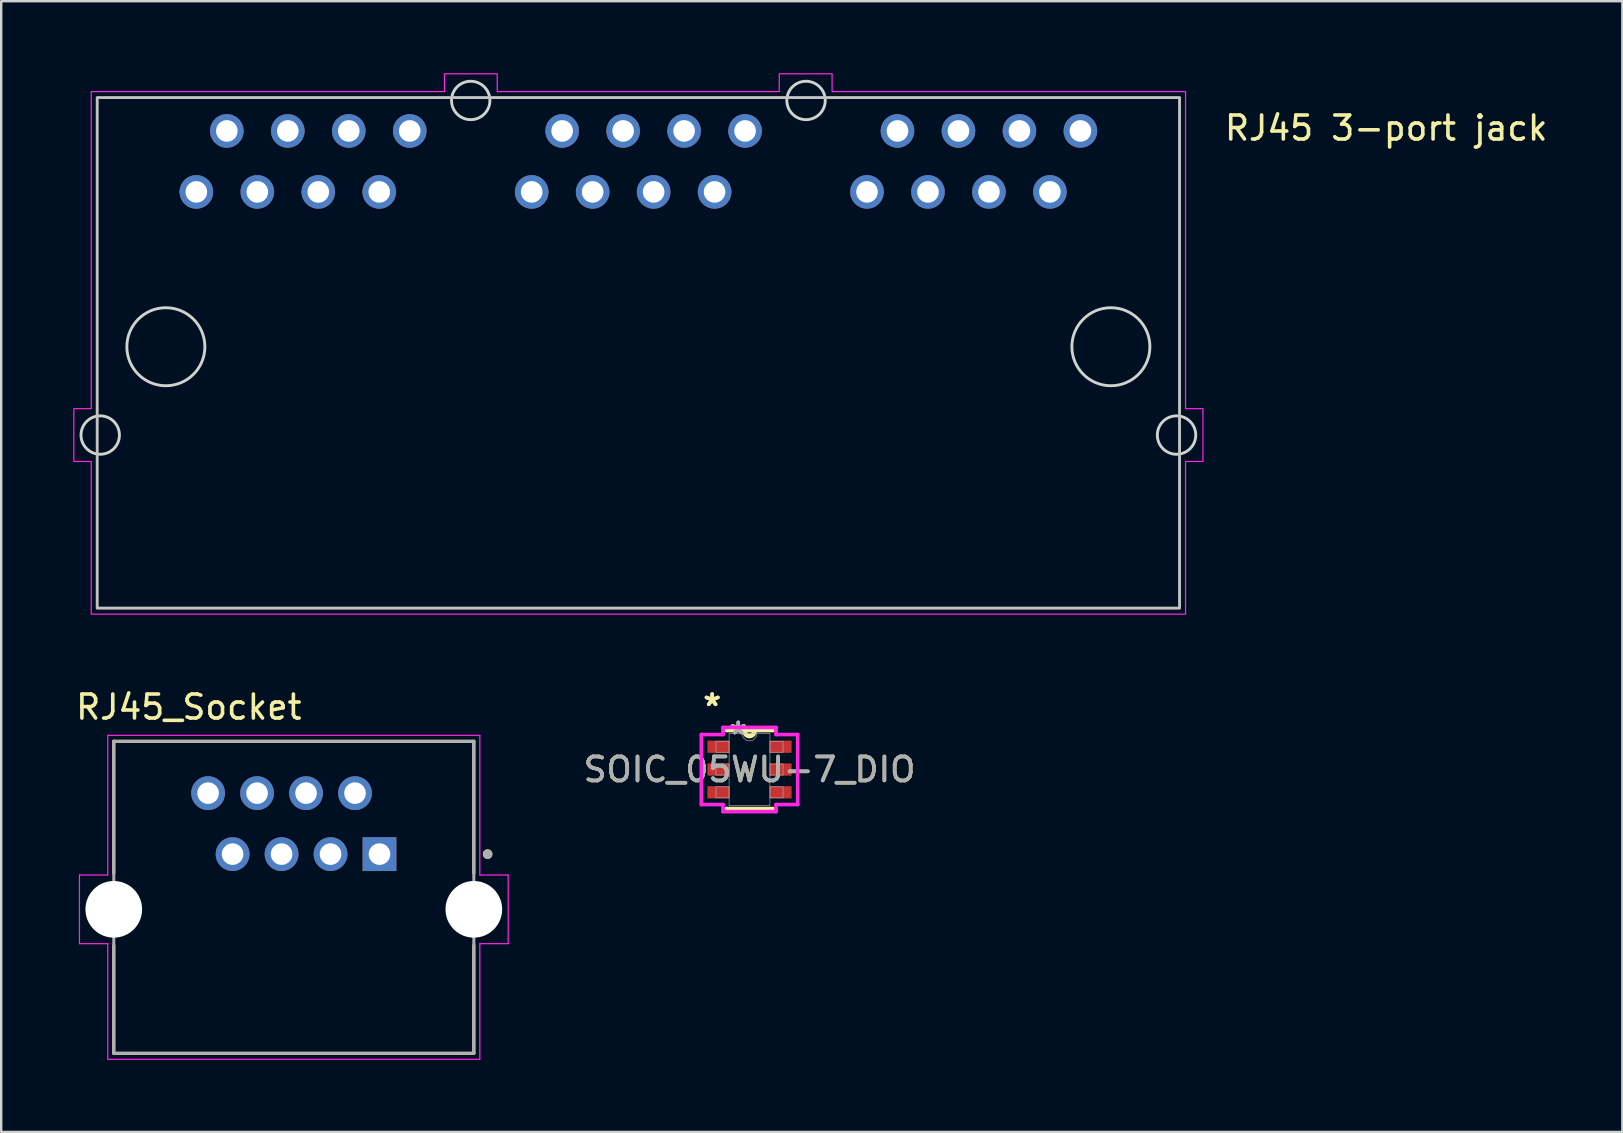
<source format=kicad_pcb>
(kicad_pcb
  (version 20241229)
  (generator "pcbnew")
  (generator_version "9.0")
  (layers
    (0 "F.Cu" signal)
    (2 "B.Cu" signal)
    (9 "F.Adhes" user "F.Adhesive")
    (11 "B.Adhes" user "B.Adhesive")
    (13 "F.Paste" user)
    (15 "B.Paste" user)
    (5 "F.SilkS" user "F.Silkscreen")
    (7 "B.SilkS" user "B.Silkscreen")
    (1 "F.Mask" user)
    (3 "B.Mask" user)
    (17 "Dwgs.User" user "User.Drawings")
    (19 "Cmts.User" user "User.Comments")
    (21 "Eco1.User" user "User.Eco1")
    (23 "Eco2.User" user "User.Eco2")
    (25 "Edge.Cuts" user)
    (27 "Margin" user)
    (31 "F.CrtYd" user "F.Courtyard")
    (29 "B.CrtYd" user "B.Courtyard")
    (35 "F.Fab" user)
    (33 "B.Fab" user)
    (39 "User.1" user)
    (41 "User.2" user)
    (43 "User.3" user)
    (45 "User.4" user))
  (footprint "SOIC_05WU-7_DIO"
    (layer "F.Cu")
    (at 28.175 29.009)
    (property "Reference" "SOIC_05WU-7_DIO" (at 0 0 0) (unlocked yes) (layer "F.SilkS") (effects (font (size 1 1) (thickness 0.15))))
    (attr smd)
    (fp_line (start -0.978 1.626) (end 0.978 1.626) (stroke (width 0.152) (type solid)) (layer "F.SilkS"))
    (fp_line (start 0.978 -1.626) (end -0.978 -1.626) (stroke (width 0.152) (type solid)) (layer "F.SilkS"))
    (fp_arc (start 0.2 -1.6) (mid 0 -1.4) (end -0.2 -1.6) (stroke (width 0.2) (type default)) (layer "F.SilkS"))
    (fp_line (start -2.007 -1.458) (end -1.105 -1.458) (stroke (width 0.152) (type solid)) (layer "F.CrtYd"))
    (fp_line (start -2.007 1.458) (end -2.007 -1.458) (stroke (width 0.152) (type solid)) (layer "F.CrtYd"))
    (fp_line (start -2.007 1.458) (end -1.105 1.458) (stroke (width 0.152) (type solid)) (layer "F.CrtYd"))
    (fp_line (start -1.105 -1.753) (end 1.105 -1.753) (stroke (width 0.152) (type solid)) (layer "F.CrtYd"))
    (fp_line (start -1.105 -1.458) (end -1.105 -1.753) (stroke (width 0.152) (type solid)) (layer "F.CrtYd"))
    (fp_line (start -1.105 1.753) (end -1.105 1.458) (stroke (width 0.152) (type solid)) (layer "F.CrtYd"))
    (fp_line (start 1.105 -1.753) (end 1.105 -1.458) (stroke (width 0.152) (type solid)) (layer "F.CrtYd"))
    (fp_line (start 1.105 1.458) (end 1.105 1.753) (stroke (width 0.152) (type solid)) (layer "F.CrtYd"))
    (fp_line (start 1.105 1.753) (end -1.105 1.753) (stroke (width 0.152) (type solid)) (layer "F.CrtYd"))
    (fp_line (start 2.007 -1.458) (end 1.105 -1.458) (stroke (width 0.152) (type solid)) (layer "F.CrtYd"))
    (fp_line (start 2.007 -1.458) (end 2.007 1.458) (stroke (width 0.152) (type solid)) (layer "F.CrtYd"))
    (fp_line (start 2.007 1.458) (end 1.105 1.458) (stroke (width 0.152) (type solid)) (layer "F.CrtYd"))
    (fp_line (start -1.397 -1.179) (end -1.397 -0.721) (stroke (width 0.025) (type solid)) (layer "F.Fab"))
    (fp_line (start -1.397 -0.721) (end -0.851 -0.721) (stroke (width 0.025) (type solid)) (layer "F.Fab"))
    (fp_line (start -1.397 -0.229) (end -1.397 0.229) (stroke (width 0.025) (type solid)) (layer "F.Fab"))
    (fp_line (start -1.397 0.229) (end -0.851 0.229) (stroke (width 0.025) (type solid)) (layer "F.Fab"))
    (fp_line (start -1.397 0.721) (end -1.397 1.179) (stroke (width 0.025) (type solid)) (layer "F.Fab"))
    (fp_line (start -1.397 1.179) (end -0.851 1.179) (stroke (width 0.025) (type solid)) (layer "F.Fab"))
    (fp_line (start -0.851 -1.499) (end -0.851 1.499) (stroke (width 0.025) (type solid)) (layer "F.Fab"))
    (fp_line (start -0.851 -1.179) (end -1.397 -1.179) (stroke (width 0.025) (type solid)) (layer "F.Fab"))
    (fp_line (start -0.851 -0.721) (end -0.851 -1.179) (stroke (width 0.025) (type solid)) (layer "F.Fab"))
    (fp_line (start -0.851 -0.229) (end -1.397 -0.229) (stroke (width 0.025) (type solid)) (layer "F.Fab"))
    (fp_line (start -0.851 0.229) (end -0.851 -0.229) (stroke (width 0.025) (type solid)) (layer "F.Fab"))
    (fp_line (start -0.851 0.721) (end -1.397 0.721) (stroke (width 0.025) (type solid)) (layer "F.Fab"))
    (fp_line (start -0.851 1.179) (end -0.851 0.721) (stroke (width 0.025) (type solid)) (layer "F.Fab"))
    (fp_line (start -0.851 1.499) (end 0.851 1.499) (stroke (width 0.025) (type solid)) (layer "F.Fab"))
    (fp_line (start 0.851 -1.499) (end -0.851 -1.499) (stroke (width 0.025) (type solid)) (layer "F.Fab"))
    (fp_line (start 0.851 -1.179) (end 0.851 -0.721) (stroke (width 0.025) (type solid)) (layer "F.Fab"))
    (fp_line (start 0.851 -0.721) (end 1.397 -0.721) (stroke (width 0.025) (type solid)) (layer "F.Fab"))
    (fp_line (start 0.851 -0.229) (end 0.851 0.229) (stroke (width 0.025) (type solid)) (layer "F.Fab"))
    (fp_line (start 0.851 0.229) (end 1.397 0.229) (stroke (width 0.025) (type solid)) (layer "F.Fab"))
    (fp_line (start 0.851 0.721) (end 0.851 1.179) (stroke (width 0.025) (type solid)) (layer "F.Fab"))
    (fp_line (start 0.851 1.179) (end 1.397 1.179) (stroke (width 0.025) (type solid)) (layer "F.Fab"))
    (fp_line (start 0.851 1.499) (end 0.851 -1.499) (stroke (width 0.025) (type solid)) (layer "F.Fab"))
    (fp_line (start 1.397 -1.179) (end 0.851 -1.179) (stroke (width 0.025) (type solid)) (layer "F.Fab"))
    (fp_line (start 1.397 -0.721) (end 1.397 -1.179) (stroke (width 0.025) (type solid)) (layer "F.Fab"))
    (fp_line (start 1.397 -0.229) (end 0.851 -0.229) (stroke (width 0.025) (type solid)) (layer "F.Fab"))
    (fp_line (start 1.397 0.229) (end 1.397 -0.229) (stroke (width 0.025) (type solid)) (layer "F.Fab"))
    (fp_line (start 1.397 0.721) (end 0.851 0.721) (stroke (width 0.025) (type solid)) (layer "F.Fab"))
    (fp_line (start 1.397 1.179) (end 1.397 0.721) (stroke (width 0.025) (type solid)) (layer "F.Fab"))
    (fp_arc (start 0.3048 -1.4986) (mid 0 -1.1938) (end -0.3048 -1.4986) (stroke (width 0.0254) (type solid)) (layer "F.Fab"))
    (fp_text user "*" (at -1.556 -2.601 0) (unlocked yes) (layer "F.SilkS") (effects (font (size 1 1) (thickness 0.15))))
    (fp_text user "*" (at -1.556 -2.601 0) (layer "F.SilkS") (effects (font (size 1 1) (thickness 0.15))))
    (fp_text user "*" (at -0.47 -1.422 0) (layer "F.Fab") (effects (font (size 1 1) (thickness 0.15))))
    (fp_text user "*" (at -0.47 -1.422 0) (unlocked yes) (layer "F.Fab") (effects (font (size 1 1) (thickness 0.15))))
    (fp_text user "${REFERENCE}" (at 0 0 0) (unlocked yes) (layer "F.Fab") (effects (font (size 1 1) (thickness 0.15))))
    (pad "1" smd rect (at -1.302 -0.95) (size 0.902 0.508) (layers "F.Cu" "F.Mask" "F.Paste"))
    (pad "2" smd rect (at -1.302 0) (size 0.902 0.508) (layers "F.Cu" "F.Mask" "F.Paste"))
    (pad "3" smd rect (at -1.302 0.95) (size 0.902 0.508) (layers "F.Cu" "F.Mask" "F.Paste"))
    (pad "4" smd rect (at 1.302 0.95) (size 0.902 0.508) (layers "F.Cu" "F.Mask" "F.Paste"))
    (pad "5" smd rect (at 1.302 0) (size 0.902 0.508) (layers "F.Cu" "F.Mask" "F.Paste"))
    (pad "6" smd rect (at 1.302 -0.95) (size 0.902 0.508) (layers "F.Cu" "F.Mask" "F.Paste")))
  (footprint "RJ45_Socket"
    (layer "F.Cu")
    (at 9.19 34.833)
    (property "Reference" "RJ45_Socket" (at -4.375 -8.425 0) (layer "F.SilkS") (effects (font (size 1 1) (thickness 0.15))))
    (attr through_hole)
    (fp_line (start -7.5 -7) (end 7.5 -7) (stroke (width 0.127) (type solid)) (layer "F.SilkS"))
    (fp_line (start -7.5 -1.5) (end -7.5 -7) (stroke (width 0.127) (type solid)) (layer "F.SilkS"))
    (fp_line (start -7.5 6) (end -7.5 1.5) (stroke (width 0.127) (type solid)) (layer "F.SilkS"))
    (fp_line (start 7.5 -1.5) (end 7.5 -7) (stroke (width 0.127) (type solid)) (layer "F.SilkS"))
    (fp_line (start 7.5 6) (end -7.5 6) (stroke (width 0.127) (type solid)) (layer "F.SilkS"))
    (fp_line (start 7.5 6) (end 7.5 1.5) (stroke (width 0.127) (type solid)) (layer "F.SilkS"))
    (fp_circle (center 8.075 -2.3) (end 8.175 -2.3) (stroke (width 0.2) (type solid)) (fill no) (layer "F.SilkS"))
    (fp_line (start -8.93 -1.43) (end -7.75 -1.43) (stroke (width 0.05) (type solid)) (layer "F.CrtYd"))
    (fp_line (start -8.93 1.43) (end -8.93 -1.43) (stroke (width 0.05) (type solid)) (layer "F.CrtYd"))
    (fp_line (start -8.93 1.43) (end -7.75 1.43) (stroke (width 0.05) (type solid)) (layer "F.CrtYd"))
    (fp_line (start -7.75 -7.25) (end 7.75 -7.25) (stroke (width 0.05) (type solid)) (layer "F.CrtYd"))
    (fp_line (start -7.75 -1.43) (end -7.75 -7.25) (stroke (width 0.05) (type solid)) (layer "F.CrtYd"))
    (fp_line (start -7.75 6.25) (end -7.75 1.43) (stroke (width 0.05) (type solid)) (layer "F.CrtYd"))
    (fp_line (start 7.75 -1.43) (end 7.75 -7.25) (stroke (width 0.05) (type solid)) (layer "F.CrtYd"))
    (fp_line (start 7.75 -1.43) (end 8.93 -1.43) (stroke (width 0.05) (type solid)) (layer "F.CrtYd"))
    (fp_line (start 7.75 1.43) (end 8.93 1.43) (stroke (width 0.05) (type solid)) (layer "F.CrtYd"))
    (fp_line (start 7.75 6.25) (end -7.75 6.25) (stroke (width 0.05) (type solid)) (layer "F.CrtYd"))
    (fp_line (start 7.75 6.25) (end 7.75 1.43) (stroke (width 0.05) (type solid)) (layer "F.CrtYd"))
    (fp_line (start 8.93 1.43) (end 8.93 -1.43) (stroke (width 0.05) (type solid)) (layer "F.CrtYd"))
    (fp_line (start -7.5 -7) (end 7.5 -7) (stroke (width 0.127) (type solid)) (layer "F.Fab"))
    (fp_line (start -7.5 6) (end -7.5 -7) (stroke (width 0.127) (type solid)) (layer "F.Fab"))
    (fp_line (start 7.5 -7) (end 7.5 6) (stroke (width 0.127) (type solid)) (layer "F.Fab"))
    (fp_line (start 7.5 6) (end -7.5 6) (stroke (width 0.127) (type solid)) (layer "F.Fab"))
    (fp_circle (center 8.075 -2.3) (end 8.175 -2.3) (stroke (width 0.2) (type solid)) (fill no) (layer "F.Fab"))
    (pad "" np_thru_hole circle (at -7.5 0) (size 2.36 2.36) (drill 2.36) (layers "*.Cu" "*.Mask"))
    (pad "" np_thru_hole circle (at 7.5 0) (size 2.36 2.36) (drill 2.36) (layers "*.Cu" "*.Mask"))
    (pad "1" thru_hole rect (at 3.57 -2.3) (size 1.408 1.408) (drill 0.9) (layers "*.Cu" "*.Mask"))
    (pad "2" thru_hole circle (at 2.55 -4.84) (size 1.408 1.408) (drill 0.9) (layers "*.Cu" "*.Mask"))
    (pad "3" thru_hole circle (at 1.53 -2.3) (size 1.408 1.408) (drill 0.9) (layers "*.Cu" "*.Mask"))
    (pad "4" thru_hole circle (at 0.51 -4.84) (size 1.408 1.408) (drill 0.9) (layers "*.Cu" "*.Mask"))
    (pad "5" thru_hole circle (at -0.51 -2.3) (size 1.408 1.408) (drill 0.9) (layers "*.Cu" "*.Mask"))
    (pad "6" thru_hole circle (at -1.53 -4.84) (size 1.408 1.408) (drill 0.9) (layers "*.Cu" "*.Mask"))
    (pad "7" thru_hole circle (at -2.55 -2.3) (size 1.408 1.408) (drill 0.9) (layers "*.Cu" "*.Mask"))
    (pad "8" thru_hole circle (at -3.57 -4.84) (size 1.408 1.408) (drill 0.9) (layers "*.Cu" "*.Mask")))
  (footprint "RJ45 3-port jack"
    (layer "F.Cu")
    (at 1 22.285)
    (property "Reference" "RJ45 3-port jack" (at 53.7 -20 0) (unlocked yes) (layer "F.SilkS") (effects (font (size 1 1) (thickness 0.15))))
    (attr through_hole)
    (fp_rect (start 0 0) (end 45.09 -21.27) (stroke (width 0.12) (type default)) (fill no) (layer "Dwgs.User"))
    (fp_circle (center 0.125 -7.21) (end 0.925 -7.21) (stroke (width 0.12) (type default)) (fill no) (layer "Edge.Cuts"))
    (fp_circle (center 2.86 -10.89) (end 4.485 -10.89) (stroke (width 0.12) (type default)) (fill no) (layer "Edge.Cuts"))
    (fp_circle (center 15.56 -21.15) (end 16.36 -21.15) (stroke (width 0.12) (type default)) (fill no) (layer "Edge.Cuts"))
    (fp_circle (center 29.53 -21.15) (end 30.33 -21.15) (stroke (width 0.12) (type default)) (fill no) (layer "Edge.Cuts"))
    (fp_circle (center 42.23 -10.89) (end 43.855 -10.89) (stroke (width 0.12) (type default)) (fill no) (layer "Edge.Cuts"))
    (fp_circle (center 44.965 -7.21) (end 45.765 -7.21) (stroke (width 0.12) (type default)) (fill no) (layer "Edge.Cuts"))
    (fp_poly (pts (xy 16.665 -21.52) (xy 28.415 -21.52) (xy 28.415 -22.26) (xy 30.615 -22.26) (xy 30.615 -21.52) (xy 45.34 -21.52) (xy 45.34 -8.31) (xy 46.065 -8.31) (xy 46.065 -6.11) (xy 45.34 -6.11) (xy 45.34 0.25) (xy -0.25 0.25) (xy -0.25 -6.11) (xy -0.975 -6.11) (xy -0.975 -8.31) (xy -0.25 -8.31) (xy -0.25 -21.52) (xy 14.465 -21.52) (xy 14.465 -22.26) (xy 16.665 -22.26)) (stroke (width 0.05) (type default)) (fill no) (layer "F.CrtYd"))
    (pad "1" thru_hole circle (at 4.13 -17.34) (size 1.4 1.4) (drill 0.9) (layers "*.Cu" "*.Mask"))
    (pad "2" thru_hole circle (at 5.4 -19.88) (size 1.4 1.4) (drill 0.9) (layers "*.Cu" "*.Mask"))
    (pad "3" thru_hole circle (at 6.67 -17.34) (size 1.4 1.4) (drill 0.9) (layers "*.Cu" "*.Mask"))
    (pad "4" thru_hole circle (at 7.94 -19.88) (size 1.4 1.4) (drill 0.9) (layers "*.Cu" "*.Mask"))
    (pad "5" thru_hole circle (at 9.21 -17.34) (size 1.4 1.4) (drill 0.9) (layers "*.Cu" "*.Mask"))
    (pad "6" thru_hole circle (at 10.48 -19.88) (size 1.4 1.4) (drill 0.9) (layers "*.Cu" "*.Mask"))
    (pad "7" thru_hole circle (at 11.75 -17.34) (size 1.4 1.4) (drill 0.9) (layers "*.Cu" "*.Mask"))
    (pad "8" thru_hole circle (at 13.02 -19.88) (size 1.4 1.4) (drill 0.9) (layers "*.Cu" "*.Mask"))
    (pad "9" thru_hole circle (at 18.1 -17.34) (size 1.4 1.4) (drill 0.9) (layers "*.Cu" "*.Mask"))
    (pad "10" thru_hole circle (at 19.37 -19.88) (size 1.4 1.4) (drill 0.9) (layers "*.Cu" "*.Mask"))
    (pad "11" thru_hole circle (at 20.64 -17.34) (size 1.4 1.4) (drill 0.9) (layers "*.Cu" "*.Mask"))
    (pad "12" thru_hole circle (at 21.91 -19.88) (size 1.4 1.4) (drill 0.9) (layers "*.Cu" "*.Mask"))
    (pad "13" thru_hole circle (at 23.18 -17.34) (size 1.4 1.4) (drill 0.9) (layers "*.Cu" "*.Mask"))
    (pad "14" thru_hole circle (at 24.45 -19.88) (size 1.4 1.4) (drill 0.9) (layers "*.Cu" "*.Mask"))
    (pad "15" thru_hole circle (at 25.72 -17.34) (size 1.4 1.4) (drill 0.9) (layers "*.Cu" "*.Mask"))
    (pad "16" thru_hole circle (at 26.99 -19.88) (size 1.4 1.4) (drill 0.9) (layers "*.Cu" "*.Mask"))
    (pad "17" thru_hole circle (at 32.07 -17.34) (size 1.4 1.4) (drill 0.9) (layers "*.Cu" "*.Mask"))
    (pad "18" thru_hole circle (at 33.34 -19.88) (size 1.4 1.4) (drill 0.9) (layers "*.Cu" "*.Mask"))
    (pad "19" thru_hole circle (at 34.61 -17.34) (size 1.4 1.4) (drill 0.9) (layers "*.Cu" "*.Mask"))
    (pad "20" thru_hole circle (at 35.88 -19.88) (size 1.4 1.4) (drill 0.9) (layers "*.Cu" "*.Mask"))
    (pad "21" thru_hole circle (at 37.15 -17.34) (size 1.4 1.4) (drill 0.9) (layers "*.Cu" "*.Mask"))
    (pad "22" thru_hole circle (at 38.42 -19.88) (size 1.4 1.4) (drill 0.9) (layers "*.Cu" "*.Mask"))
    (pad "23" thru_hole circle (at 39.69 -17.34) (size 1.4 1.4) (drill 0.9) (layers "*.Cu" "*.Mask"))
    (pad "24" thru_hole circle (at 40.96 -19.88) (size 1.4 1.4) (drill 0.9) (layers "*.Cu" "*.Mask")))
  (gr_rect
    (start -3 -3)
    (end 64.539 44.108)
    (stroke (width 0.1) (type default))
    (fill no)
    (layer "Edge.Cuts")))
</source>
